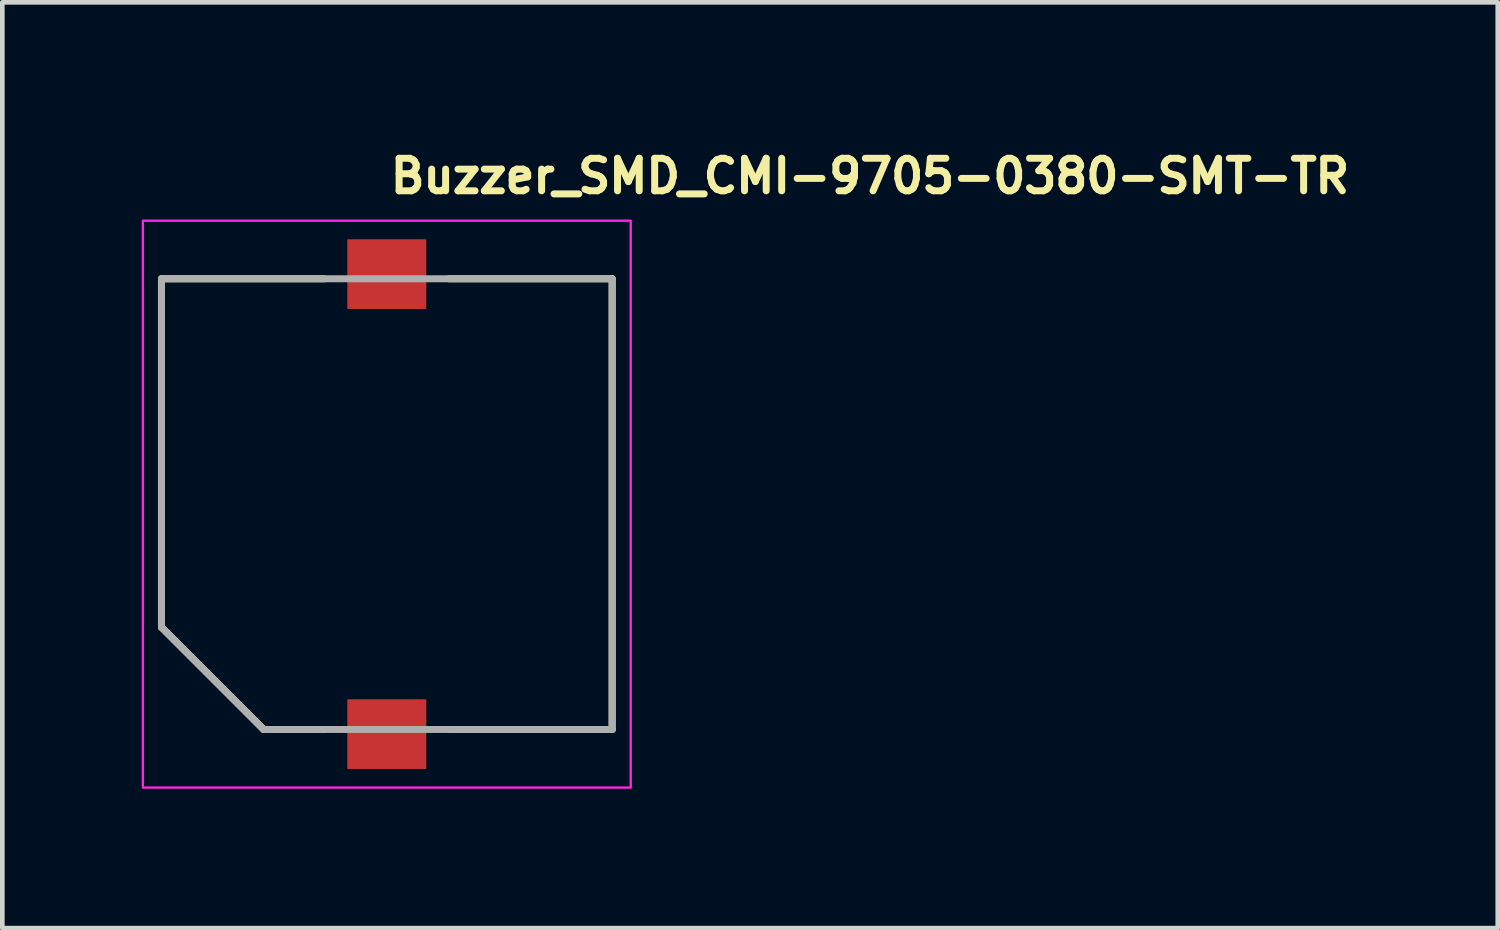
<source format=kicad_pcb>
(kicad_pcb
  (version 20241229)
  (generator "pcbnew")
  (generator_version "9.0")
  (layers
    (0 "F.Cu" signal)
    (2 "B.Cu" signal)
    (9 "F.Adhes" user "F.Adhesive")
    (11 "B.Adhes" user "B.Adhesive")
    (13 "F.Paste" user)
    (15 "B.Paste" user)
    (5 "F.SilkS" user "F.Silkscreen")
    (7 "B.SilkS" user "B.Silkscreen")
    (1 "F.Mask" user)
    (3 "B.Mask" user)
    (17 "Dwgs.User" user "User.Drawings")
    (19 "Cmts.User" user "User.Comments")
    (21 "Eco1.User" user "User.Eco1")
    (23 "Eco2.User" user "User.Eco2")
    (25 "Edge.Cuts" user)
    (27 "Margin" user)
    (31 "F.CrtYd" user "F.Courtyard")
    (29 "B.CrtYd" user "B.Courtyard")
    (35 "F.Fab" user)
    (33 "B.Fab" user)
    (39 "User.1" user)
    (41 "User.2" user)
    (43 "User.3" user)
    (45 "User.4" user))
  (footprint "Buzzer_SMD_CMI-9705-0380-SMT-TR"
    (layer "F.Cu")
    (at 5.275 7.8)
    (property "Reference" "Buzzer_SMD_CMI-9705-0380-SMT-TR" (at 0 -6.65 0) (layer "F.SilkS") (effects (font (size 0.7 0.7) (thickness 0.15)) (justify left bottom)))
    (attr smd)
    (fp_line (start -4.85 -4.85) (end -4.85 2.65) (stroke (width 0.15) (type solid)) (layer "F.SilkS"))
    (fp_line (start -4.85 2.65) (end -2.65 4.85) (stroke (width 0.15) (type solid)) (layer "F.SilkS"))
    (fp_line (start -2.65 4.85) (end -1.35 4.85) (stroke (width 0.15) (type solid)) (layer "F.SilkS"))
    (fp_line (start -1.35 -4.85) (end -4.85 -4.85) (stroke (width 0.15) (type solid)) (layer "F.SilkS"))
    (fp_line (start 1.35 4.85) (end 4.85 4.85) (stroke (width 0.15) (type solid)) (layer "F.SilkS"))
    (fp_line (start 4.85 -4.85) (end 1.34 -4.85) (stroke (width 0.15) (type solid)) (layer "F.SilkS"))
    (fp_line (start 4.85 4.85) (end 4.85 -4.85) (stroke (width 0.15) (type solid)) (layer "F.SilkS"))
    (fp_rect (start -5.25 -6.1) (end 5.25 6.1) (stroke (width 0.05) (type solid)) (fill no) (layer "F.CrtYd"))
    (fp_line (start -4.85 -4.85) (end -4.85 2.65) (stroke (width 0.15) (type solid)) (layer "F.Fab"))
    (fp_line (start -4.85 -4.85) (end 4.85 -4.85) (stroke (width 0.15) (type solid)) (layer "F.Fab"))
    (fp_line (start -4.85 2.65) (end -2.65 4.85) (stroke (width 0.15) (type solid)) (layer "F.Fab"))
    (fp_line (start 4.85 -4.85) (end 4.85 4.85) (stroke (width 0.15) (type solid)) (layer "F.Fab"))
    (fp_line (start 4.85 4.85) (end -2.65 4.85) (stroke (width 0.15) (type solid)) (layer "F.Fab"))
    (fp_rect (start -4.85 -5.05) (end 4.85 5.05) (stroke (width 0.1) (type solid)) (fill no) (layer "User.5"))
    (fp_line (start -4.85 -4.65) (end -4.65 -4.65) (stroke (width 0.02) (type solid)) (layer "User.9"))
    (fp_line (start -4.85 2.567) (end -4.85 -4.65) (stroke (width 0.02) (type solid)) (layer "User.9"))
    (fp_line (start -4.85 2.567) (end -4.846 2.607) (stroke (width 0.02) (type solid)) (layer "User.9"))
    (fp_line (start -4.85 2.567) (end -4.65 2.567) (stroke (width 0.02) (type solid)) (layer "User.9"))
    (fp_line (start -4.846 -4.689) (end -4.85 -4.65) (stroke (width 0.02) (type solid)) (layer "User.9"))
    (fp_line (start -4.846 2.607) (end -4.835 2.644) (stroke (width 0.02) (type solid)) (layer "User.9"))
    (fp_line (start -4.835 -4.727) (end -4.846 -4.689) (stroke (width 0.02) (type solid)) (layer "User.9"))
    (fp_line (start -4.835 2.644) (end -4.816 2.678) (stroke (width 0.02) (type solid)) (layer "User.9"))
    (fp_line (start -4.816 -4.761) (end -4.835 -4.727) (stroke (width 0.02) (type solid)) (layer "User.9"))
    (fp_line (start -4.816 2.678) (end -4.791 2.708) (stroke (width 0.02) (type solid)) (layer "User.9"))
    (fp_line (start -4.791 -4.791) (end -4.816 -4.761) (stroke (width 0.02) (type solid)) (layer "User.9"))
    (fp_line (start -4.791 2.708) (end -4.791 2.708) (stroke (width 0.02) (type solid)) (layer "User.9"))
    (fp_line (start -4.791 2.708) (end -4.788 2.705) (stroke (width 0.02) (type solid)) (layer "User.9"))
    (fp_line (start -4.791 2.709) (end -4.791 2.708) (stroke (width 0.02) (type solid)) (layer "User.9"))
    (fp_line (start -4.79 2.71) (end -4.791 2.709) (stroke (width 0.02) (type solid)) (layer "User.9"))
    (fp_line (start -4.788 2.705) (end -4.783 2.701) (stroke (width 0.02) (type solid)) (layer "User.9"))
    (fp_line (start -4.783 2.701) (end -4.777 2.695) (stroke (width 0.02) (type solid)) (layer "User.9"))
    (fp_line (start -4.777 2.695) (end -4.77 2.687) (stroke (width 0.02) (type solid)) (layer "User.9"))
    (fp_line (start -4.77 2.687) (end -4.76 2.677) (stroke (width 0.02) (type solid)) (layer "User.9"))
    (fp_line (start -4.761 -4.816) (end -4.791 -4.791) (stroke (width 0.02) (type solid)) (layer "User.9"))
    (fp_line (start -4.76 2.677) (end -4.75 2.667) (stroke (width 0.02) (type solid)) (layer "User.9"))
    (fp_line (start -4.75 2.667) (end -4.738 2.655) (stroke (width 0.02) (type solid)) (layer "User.9"))
    (fp_line (start -4.738 2.655) (end -4.725 2.642) (stroke (width 0.02) (type solid)) (layer "User.9"))
    (fp_line (start -4.727 -4.835) (end -4.761 -4.816) (stroke (width 0.02) (type solid)) (layer "User.9"))
    (fp_line (start -4.725 2.642) (end -4.711 2.629) (stroke (width 0.02) (type solid)) (layer "User.9"))
    (fp_line (start -4.711 2.629) (end -4.697 2.614) (stroke (width 0.02) (type solid)) (layer "User.9"))
    (fp_line (start -4.697 2.614) (end -4.681 2.599) (stroke (width 0.02) (type solid)) (layer "User.9"))
    (fp_line (start -4.689 -4.846) (end -4.727 -4.835) (stroke (width 0.02) (type solid)) (layer "User.9"))
    (fp_line (start -4.681 2.599) (end -4.666 2.583) (stroke (width 0.02) (type solid)) (layer "User.9"))
    (fp_line (start -4.666 2.583) (end -4.65 2.567) (stroke (width 0.02) (type solid)) (layer "User.9"))
    (fp_line (start -4.65 -4.85) (end -4.689 -4.846) (stroke (width 0.02) (type solid)) (layer "User.9"))
    (fp_line (start -4.65 -4.85) (end -4.65 -4.65) (stroke (width 0.02) (type solid)) (layer "User.9"))
    (fp_line (start -4.65 -4.85) (end 4.65 -4.85) (stroke (width 0.02) (type solid)) (layer "User.9"))
    (fp_line (start -4.65 -4.65) (end -4.65 2.567) (stroke (width 0.02) (type solid)) (layer "User.9"))
    (fp_line (start -4.65 2.567) (end -2.567 4.65) (stroke (width 0.02) (type solid)) (layer "User.9"))
    (fp_line (start -2.709 4.791) (end -4.79 2.71) (stroke (width 0.02) (type solid)) (layer "User.9"))
    (fp_line (start -2.709 4.791) (end -2.708 4.791) (stroke (width 0.02) (type solid)) (layer "User.9"))
    (fp_line (start -2.709 4.791) (end -2.679 4.816) (stroke (width 0.02) (type solid)) (layer "User.9"))
    (fp_line (start -2.708 4.791) (end -2.705 4.788) (stroke (width 0.02) (type solid)) (layer "User.9"))
    (fp_line (start -2.705 4.788) (end -2.701 4.783) (stroke (width 0.02) (type solid)) (layer "User.9"))
    (fp_line (start -2.701 4.783) (end -2.695 4.777) (stroke (width 0.02) (type solid)) (layer "User.9"))
    (fp_line (start -2.695 4.777) (end -2.687 4.77) (stroke (width 0.02) (type solid)) (layer "User.9"))
    (fp_line (start -2.687 4.77) (end -2.677 4.76) (stroke (width 0.02) (type solid)) (layer "User.9"))
    (fp_line (start -2.679 4.816) (end -2.644 4.835) (stroke (width 0.02) (type solid)) (layer "User.9"))
    (fp_line (start -2.677 4.76) (end -2.667 4.75) (stroke (width 0.02) (type solid)) (layer "User.9"))
    (fp_line (start -2.667 4.75) (end -2.655 4.738) (stroke (width 0.02) (type solid)) (layer "User.9"))
    (fp_line (start -2.655 4.738) (end -2.642 4.725) (stroke (width 0.02) (type solid)) (layer "User.9"))
    (fp_line (start -2.644 4.835) (end -2.606 4.846) (stroke (width 0.02) (type solid)) (layer "User.9"))
    (fp_line (start -2.642 4.725) (end -2.629 4.711) (stroke (width 0.02) (type solid)) (layer "User.9"))
    (fp_line (start -2.629 4.711) (end -2.614 4.697) (stroke (width 0.02) (type solid)) (layer "User.9"))
    (fp_line (start -2.614 4.697) (end -2.599 4.681) (stroke (width 0.02) (type solid)) (layer "User.9"))
    (fp_line (start -2.606 4.846) (end -2.567 4.85) (stroke (width 0.02) (type solid)) (layer "User.9"))
    (fp_line (start -2.599 4.681) (end -2.583 4.666) (stroke (width 0.02) (type solid)) (layer "User.9"))
    (fp_line (start -2.583 4.666) (end -2.567 4.65) (stroke (width 0.02) (type solid)) (layer "User.9"))
    (fp_line (start -2.567 4.65) (end -2.567 4.85) (stroke (width 0.02) (type solid)) (layer "User.9"))
    (fp_line (start -2.567 4.65) (end 4.65 4.65) (stroke (width 0.02) (type solid)) (layer "User.9"))
    (fp_line (start -0.75 -5.05) (end 0.75 -5.05) (stroke (width 0.02) (type solid)) (layer "User.9"))
    (fp_line (start -0.75 -4.85) (end -0.75 -5.05) (stroke (width 0.02) (type solid)) (layer "User.9"))
    (fp_line (start -0.75 5.05) (end -0.75 4.85) (stroke (width 0.02) (type solid)) (layer "User.9"))
    (fp_line (start -0.75 5.05) (end 0.75 5.05) (stroke (width 0.02) (type solid)) (layer "User.9"))
    (fp_line (start 0.75 -4.85) (end 0.75 -5.05) (stroke (width 0.02) (type solid)) (layer "User.9"))
    (fp_line (start 0.75 5.05) (end 0.75 4.85) (stroke (width 0.02) (type solid)) (layer "User.9"))
    (fp_line (start 4.65 -4.65) (end -4.65 -4.65) (stroke (width 0.02) (type solid)) (layer "User.9"))
    (fp_line (start 4.65 -4.65) (end 4.65 -4.85) (stroke (width 0.02) (type solid)) (layer "User.9"))
    (fp_line (start 4.65 -4.65) (end 4.85 -4.65) (stroke (width 0.02) (type solid)) (layer "User.9"))
    (fp_line (start 4.65 4.65) (end 4.65 -4.65) (stroke (width 0.02) (type solid)) (layer "User.9"))
    (fp_line (start 4.65 4.65) (end 4.65 4.85) (stroke (width 0.02) (type solid)) (layer "User.9"))
    (fp_line (start 4.65 4.65) (end 4.85 4.65) (stroke (width 0.02) (type solid)) (layer "User.9"))
    (fp_line (start 4.65 4.85) (end -2.567 4.85) (stroke (width 0.02) (type solid)) (layer "User.9"))
    (fp_line (start 4.65 4.85) (end 4.689 4.846) (stroke (width 0.02) (type solid)) (layer "User.9"))
    (fp_line (start 4.689 -4.846) (end 4.65 -4.85) (stroke (width 0.02) (type solid)) (layer "User.9"))
    (fp_line (start 4.689 4.846) (end 4.727 4.835) (stroke (width 0.02) (type solid)) (layer "User.9"))
    (fp_line (start 4.727 -4.835) (end 4.689 -4.846) (stroke (width 0.02) (type solid)) (layer "User.9"))
    (fp_line (start 4.727 4.835) (end 4.761 4.816) (stroke (width 0.02) (type solid)) (layer "User.9"))
    (fp_line (start 4.761 -4.816) (end 4.727 -4.835) (stroke (width 0.02) (type solid)) (layer "User.9"))
    (fp_line (start 4.761 4.816) (end 4.791 4.791) (stroke (width 0.02) (type solid)) (layer "User.9"))
    (fp_line (start 4.791 -4.791) (end 4.761 -4.816) (stroke (width 0.02) (type solid)) (layer "User.9"))
    (fp_line (start 4.791 4.791) (end 4.816 4.761) (stroke (width 0.02) (type solid)) (layer "User.9"))
    (fp_line (start 4.816 -4.761) (end 4.791 -4.791) (stroke (width 0.02) (type solid)) (layer "User.9"))
    (fp_line (start 4.816 4.761) (end 4.835 4.727) (stroke (width 0.02) (type solid)) (layer "User.9"))
    (fp_line (start 4.835 -4.727) (end 4.816 -4.761) (stroke (width 0.02) (type solid)) (layer "User.9"))
    (fp_line (start 4.835 4.727) (end 4.846 4.689) (stroke (width 0.02) (type solid)) (layer "User.9"))
    (fp_line (start 4.846 -4.689) (end 4.835 -4.727) (stroke (width 0.02) (type solid)) (layer "User.9"))
    (fp_line (start 4.846 4.689) (end 4.85 4.65) (stroke (width 0.02) (type solid)) (layer "User.9"))
    (fp_line (start 4.85 -4.65) (end 4.846 -4.689) (stroke (width 0.02) (type solid)) (layer "User.9"))
    (fp_line (start 4.85 -4.65) (end 4.85 4.65) (stroke (width 0.02) (type solid)) (layer "User.9"))
    (fp_circle (center 0 0) (end 0.75 0) (stroke (width 0.02) (type solid)) (fill no) (layer "User.9"))
    (pad "1" smd rect (at 0 -4.95) (size 1.7 1.5) (layers "F.Cu" "F.Mask" "F.Paste"))
    (pad "2" smd rect (at 0 4.95) (size 1.7 1.5) (layers "F.Cu" "F.Mask" "F.Paste")))
  (gr_rect
    (start -3 -3)
    (end 29.185 16.925)
    (stroke (width 0.1) (type default))
    (fill no)
    (layer "Edge.Cuts")))
</source>
